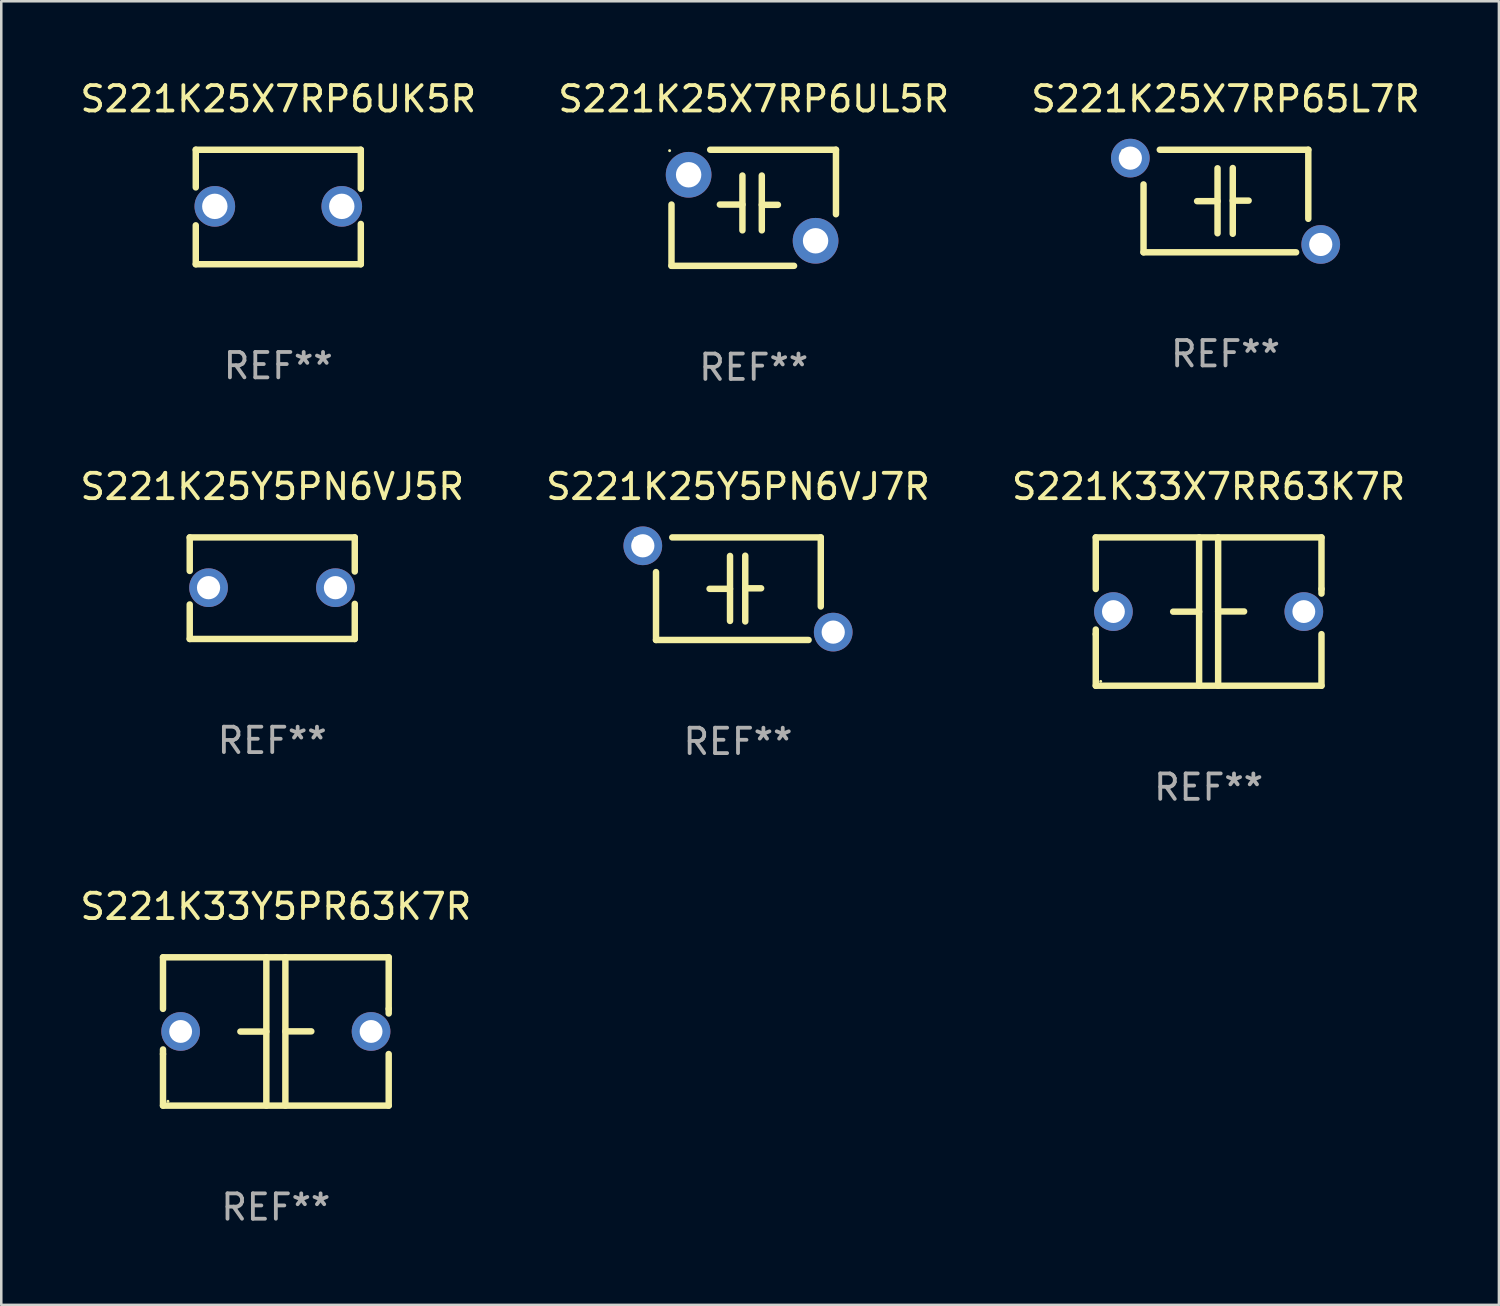
<source format=kicad_pcb>
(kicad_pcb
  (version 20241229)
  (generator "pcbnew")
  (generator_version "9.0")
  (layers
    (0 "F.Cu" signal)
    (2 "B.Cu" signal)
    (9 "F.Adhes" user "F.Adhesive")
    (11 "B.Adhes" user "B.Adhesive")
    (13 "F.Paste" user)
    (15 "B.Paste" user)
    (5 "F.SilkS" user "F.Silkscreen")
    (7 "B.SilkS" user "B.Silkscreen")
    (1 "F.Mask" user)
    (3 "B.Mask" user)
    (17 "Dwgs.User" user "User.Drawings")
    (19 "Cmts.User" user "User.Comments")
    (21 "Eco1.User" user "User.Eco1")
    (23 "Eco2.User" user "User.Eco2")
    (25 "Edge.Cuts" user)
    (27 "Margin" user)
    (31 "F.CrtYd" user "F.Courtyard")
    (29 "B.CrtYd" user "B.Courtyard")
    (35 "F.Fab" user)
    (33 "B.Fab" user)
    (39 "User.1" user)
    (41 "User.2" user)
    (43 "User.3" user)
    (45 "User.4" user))
  (footprint "S221K25Y5PN6VJ7R"
    (layer "F.Cu")
    (at 26.018 20.137)
    (property "Reference" "S221K25Y5PN6VJ7R" (at 0 -4.02 0) (layer "F.SilkS") (effects (font (size 1 1) (thickness 0.15))))
    (attr through_hole)
    (fp_line (start -3.23 2.02) (end -3.23 -0.655) (stroke (width 0.254) (type solid)) (layer "F.SilkS"))
    (fp_line (start -3.23 2.02) (end 2.78 2.02) (stroke (width 0.254) (type solid)) (layer "F.SilkS"))
    (fp_line (start -1.12 0.005) (end -0.315 0.005) (stroke (width 0.254) (type solid)) (layer "F.SilkS"))
    (fp_line (start -0.315 1.27) (end -0.315 -1.29) (stroke (width 0.254) (type solid)) (layer "F.SilkS"))
    (fp_line (start 0.285 -0.016) (end 0.91 -0.016) (stroke (width 0.254) (type solid)) (layer "F.SilkS"))
    (fp_line (start 0.285 1.29) (end 0.285 -1.3) (stroke (width 0.254) (type solid)) (layer "F.SilkS"))
    (fp_line (start 3.26 -2.02) (end -2.59 -2.02) (stroke (width 0.254) (type solid)) (layer "F.SilkS"))
    (fp_line (start 3.26 0.7) (end 3.26 -2.02) (stroke (width 0.254) (type solid)) (layer "F.SilkS"))
    (fp_circle (center -4.05 -1.99) (end -4.02 -1.99) (stroke (width 0.06) (type solid)) (fill no) (layer "F.SilkS"))
    (fp_text user "REF**" (at 0 6.02 0) (layer "F.Fab") (effects (font (size 1 1) (thickness 0.15))))
    (pad "1" thru_hole circle (at -3.75 -1.69) (size 1.524 1.524) (drill 0.914) (layers "*.Cu" "*.Mask"))
    (pad "2" thru_hole circle (at 3.75 1.71) (size 1.524 1.524) (drill 0.914) (layers "*.Cu" "*.Mask")))
  (footprint "S221K33Y5PR63K7R"
    (layer "F.Cu")
    (at 7.815 37.576)
    (property "Reference" "S221K33Y5PR63K7R" (at 0 -4.921 0) (layer "F.SilkS") (effects (font (size 1 1) (thickness 0.15))))
    (attr through_hole)
    (fp_line (start -4.445 -2.921) (end 4.445 -2.921) (stroke (width 0.254) (type solid)) (layer "F.SilkS"))
    (fp_line (start -4.445 -0.889) (end -4.445 -2.921) (stroke (width 0.254) (type solid)) (layer "F.SilkS"))
    (fp_line (start -4.445 0.889) (end -4.445 0.708) (stroke (width 0.254) (type solid)) (layer "F.SilkS"))
    (fp_line (start -4.445 2.921) (end -4.445 0.889) (stroke (width 0.254) (type solid)) (layer "F.SilkS"))
    (fp_line (start -0.375 0.004) (end -1.397 0.004) (stroke (width 0.254) (type solid)) (layer "F.SilkS"))
    (fp_line (start -0.375 2.921) (end -0.375 -2.921) (stroke (width 0.254) (type solid)) (layer "F.SilkS"))
    (fp_line (start 0.375 -2.921) (end 0.375 2.921) (stroke (width 0.254) (type solid)) (layer "F.SilkS"))
    (fp_line (start 0.375 -0.004) (end 1.397 -0.004) (stroke (width 0.254) (type solid)) (layer "F.SilkS"))
    (fp_line (start 4.445 -2.921) (end 4.445 -0.889) (stroke (width 0.254) (type solid)) (layer "F.SilkS"))
    (fp_line (start 4.445 -0.889) (end 4.445 -0.708) (stroke (width 0.254) (type solid)) (layer "F.SilkS"))
    (fp_line (start 4.445 0.889) (end 4.445 2.921) (stroke (width 0.254) (type solid)) (layer "F.SilkS"))
    (fp_line (start 4.445 2.921) (end -4.445 2.921) (stroke (width 0.254) (type solid)) (layer "F.SilkS"))
    (fp_circle (center -4.25 2.75) (end -4.22 2.75) (stroke (width 0.06) (type solid)) (fill no) (layer "F.SilkS"))
    (fp_text user "REF**" (at 0 6.921 0) (layer "F.Fab") (effects (font (size 1 1) (thickness 0.15))))
    (pad "1" thru_hole circle (at -3.75 0) (size 1.524 1.524) (drill 0.9) (layers "*.Cu" "*.Mask"))
    (pad "2" thru_hole circle (at 3.75 0) (size 1.524 1.524) (drill 0.9) (layers "*.Cu" "*.Mask")))
  (footprint "S221K25X7RP6UL5R"
    (layer "F.Cu")
    (at 26.637 5.134)
    (property "Reference" "S221K25X7RP6UL5R" (at 0 -4.286 0) (layer "F.SilkS") (effects (font (size 1 1) (thickness 0.15))))
    (attr through_hole)
    (fp_line (start -3.239 2.286) (end -3.239 -0.127) (stroke (width 0.254) (type solid)) (layer "F.SilkS"))
    (fp_line (start -3.239 2.286) (end 1.588 2.286) (stroke (width 0.254) (type solid)) (layer "F.SilkS"))
    (fp_line (start -1.715 -2.286) (end 3.239 -2.286) (stroke (width 0.254) (type solid)) (layer "F.SilkS"))
    (fp_line (start -1.334 -0.127) (end -0.445 -0.127) (stroke (width 0.254) (type solid)) (layer "F.SilkS"))
    (fp_line (start -0.445 0.889) (end -0.445 -1.27) (stroke (width 0.254) (type solid)) (layer "F.SilkS"))
    (fp_line (start 0.318 -0.117) (end 0.953 -0.117) (stroke (width 0.254) (type solid)) (layer "F.SilkS"))
    (fp_line (start 0.318 0.889) (end 0.318 -1.27) (stroke (width 0.254) (type solid)) (layer "F.SilkS"))
    (fp_line (start 3.239 -2.286) (end 3.239 0.254) (stroke (width 0.254) (type solid)) (layer "F.SilkS"))
    (fp_circle (center -3.313 -2.25) (end -3.283 -2.25) (stroke (width 0.06) (type solid)) (fill no) (layer "F.SilkS"))
    (fp_text user "REF**" (at 0 6.286 0) (layer "F.Fab") (effects (font (size 1 1) (thickness 0.15))))
    (pad "1" thru_hole circle (at -2.564 -1.3) (size 1.8 1.8) (drill 1) (layers "*.Cu" "*.Mask"))
    (pad "2" thru_hole circle (at 2.436 1.3) (size 1.8 1.8) (drill 1) (layers "*.Cu" "*.Mask")))
  (footprint "S221K25X7RP65L7R"
    (layer "F.Cu")
    (at 45.22 4.868)
    (property "Reference" "S221K25X7RP65L7R" (at 0 -4.02 0) (layer "F.SilkS") (effects (font (size 1 1) (thickness 0.15))))
    (attr through_hole)
    (fp_line (start -3.23 2.02) (end -3.23 -0.655) (stroke (width 0.254) (type solid)) (layer "F.SilkS"))
    (fp_line (start -3.23 2.02) (end 2.78 2.02) (stroke (width 0.254) (type solid)) (layer "F.SilkS"))
    (fp_line (start -1.12 0.005) (end -0.315 0.005) (stroke (width 0.254) (type solid)) (layer "F.SilkS"))
    (fp_line (start -0.315 1.27) (end -0.315 -1.29) (stroke (width 0.254) (type solid)) (layer "F.SilkS"))
    (fp_line (start 0.285 -0.016) (end 0.91 -0.016) (stroke (width 0.254) (type solid)) (layer "F.SilkS"))
    (fp_line (start 0.285 1.29) (end 0.285 -1.3) (stroke (width 0.254) (type solid)) (layer "F.SilkS"))
    (fp_line (start 3.26 -2.02) (end -2.59 -2.02) (stroke (width 0.254) (type solid)) (layer "F.SilkS"))
    (fp_line (start 3.26 0.7) (end 3.26 -2.02) (stroke (width 0.254) (type solid)) (layer "F.SilkS"))
    (fp_circle (center -4.05 -1.99) (end -4.02 -1.99) (stroke (width 0.06) (type solid)) (fill no) (layer "F.SilkS"))
    (fp_text user "REF**" (at 0 6.02 0) (layer "F.Fab") (effects (font (size 1 1) (thickness 0.15))))
    (pad "1" thru_hole circle (at -3.75 -1.69) (size 1.524 1.524) (drill 0.914) (layers "*.Cu" "*.Mask"))
    (pad "2" thru_hole circle (at 3.75 1.71) (size 1.524 1.524) (drill 0.914) (layers "*.Cu" "*.Mask")))
  (footprint "S221K25X7RP6UK5R"
    (layer "F.Cu")
    (at 7.911 5.103)
    (property "Reference" "S221K25X7RP6UK5R" (at 0 -4.255 0) (layer "F.SilkS") (effects (font (size 1 1) (thickness 0.15))))
    (attr through_hole)
    (fp_line (start -3.25 -2.255) (end -3.25 -0.772) (stroke (width 0.254) (type solid)) (layer "F.SilkS"))
    (fp_line (start -3.25 -2.255) (end 3.25 -2.255) (stroke (width 0.254) (type solid)) (layer "F.SilkS"))
    (fp_line (start -3.25 0.722) (end -3.25 2.255) (stroke (width 0.254) (type solid)) (layer "F.SilkS"))
    (fp_line (start 3.25 -2.255) (end 3.25 -0.718) (stroke (width 0.254) (type solid)) (layer "F.SilkS"))
    (fp_line (start 3.25 0.668) (end 3.25 2.255) (stroke (width 0.254) (type solid)) (layer "F.SilkS"))
    (fp_line (start 3.25 2.255) (end -3.25 2.255) (stroke (width 0.254) (type solid)) (layer "F.SilkS"))
    (fp_circle (center -3.25 2.225) (end -3.22 2.225) (stroke (width 0.06) (type solid)) (fill no) (layer "F.SilkS"))
    (fp_text user "REF**" (at 0 6.255 0) (layer "F.Fab") (effects (font (size 1 1) (thickness 0.15))))
    (pad "1" thru_hole circle (at -2.5 -0.025) (size 1.6 1.6) (drill 1) (layers "*.Cu" "*.Mask"))
    (pad "2" thru_hole circle (at 2.5 -0.025) (size 1.6 1.6) (drill 1) (layers "*.Cu" "*.Mask")))
  (footprint "S221K25Y5PN6VJ5R"
    (layer "F.Cu")
    (at 7.673 20.117)
    (property "Reference" "S221K25Y5PN6VJ5R" (at 0 -4 0) (layer "F.SilkS") (effects (font (size 1 1) (thickness 0.15))))
    (attr through_hole)
    (fp_line (start -3.25 -2) (end -3.25 -0.68) (stroke (width 0.254) (type solid)) (layer "F.SilkS"))
    (fp_line (start -3.25 -2) (end 3.25 -2) (stroke (width 0.254) (type solid)) (layer "F.SilkS"))
    (fp_line (start -3.25 0.64) (end -3.25 2) (stroke (width 0.254) (type solid)) (layer "F.SilkS"))
    (fp_line (start 3.25 -2) (end 3.25 -0.657) (stroke (width 0.254) (type solid)) (layer "F.SilkS"))
    (fp_line (start 3.25 0.617) (end 3.25 2) (stroke (width 0.254) (type solid)) (layer "F.SilkS"))
    (fp_line (start 3.25 2) (end -3.25 2) (stroke (width 0.254) (type solid)) (layer "F.SilkS"))
    (fp_circle (center -3.26 1.98) (end -3.23 1.98) (stroke (width 0.06) (type solid)) (fill no) (layer "F.SilkS"))
    (fp_text user "REF**" (at 0 6 0) (layer "F.Fab") (effects (font (size 1 1) (thickness 0.15))))
    (pad "1" thru_hole circle (at -2.509 -0.02) (size 1.524 1.524) (drill 0.914) (layers "*.Cu" "*.Mask"))
    (pad "2" thru_hole circle (at 2.489 -0.02) (size 1.524 1.524) (drill 0.914) (layers "*.Cu" "*.Mask")))
  (footprint "S221K33X7RR63K7R"
    (layer "F.Cu")
    (at 44.554 21.038)
    (property "Reference" "S221K33X7RR63K7R" (at 0 -4.921 0) (layer "F.SilkS") (effects (font (size 1 1) (thickness 0.15))))
    (attr through_hole)
    (fp_line (start -4.445 -2.921) (end 4.445 -2.921) (stroke (width 0.254) (type solid)) (layer "F.SilkS"))
    (fp_line (start -4.445 -0.889) (end -4.445 -2.921) (stroke (width 0.254) (type solid)) (layer "F.SilkS"))
    (fp_line (start -4.445 0.889) (end -4.445 0.708) (stroke (width 0.254) (type solid)) (layer "F.SilkS"))
    (fp_line (start -4.445 2.921) (end -4.445 0.889) (stroke (width 0.254) (type solid)) (layer "F.SilkS"))
    (fp_line (start -0.375 0.004) (end -1.397 0.004) (stroke (width 0.254) (type solid)) (layer "F.SilkS"))
    (fp_line (start -0.375 2.921) (end -0.375 -2.921) (stroke (width 0.254) (type solid)) (layer "F.SilkS"))
    (fp_line (start 0.375 -2.921) (end 0.375 2.921) (stroke (width 0.254) (type solid)) (layer "F.SilkS"))
    (fp_line (start 0.375 -0.004) (end 1.397 -0.004) (stroke (width 0.254) (type solid)) (layer "F.SilkS"))
    (fp_line (start 4.445 -2.921) (end 4.445 -0.889) (stroke (width 0.254) (type solid)) (layer "F.SilkS"))
    (fp_line (start 4.445 -0.889) (end 4.445 -0.708) (stroke (width 0.254) (type solid)) (layer "F.SilkS"))
    (fp_line (start 4.445 0.889) (end 4.445 2.921) (stroke (width 0.254) (type solid)) (layer "F.SilkS"))
    (fp_line (start 4.445 2.921) (end -4.445 2.921) (stroke (width 0.254) (type solid)) (layer "F.SilkS"))
    (fp_circle (center -4.25 2.75) (end -4.22 2.75) (stroke (width 0.06) (type solid)) (fill no) (layer "F.SilkS"))
    (fp_text user "REF**" (at 0 6.921 0) (layer "F.Fab") (effects (font (size 1 1) (thickness 0.15))))
    (pad "1" thru_hole circle (at -3.75 0) (size 1.524 1.524) (drill 0.9) (layers "*.Cu" "*.Mask"))
    (pad "2" thru_hole circle (at 3.75 0) (size 1.524 1.524) (drill 0.9) (layers "*.Cu" "*.Mask")))
  (gr_rect
    (start -3 -3)
    (end 55.988 48.346)
    (stroke (width 0.1) (type default))
    (fill no)
    (layer "Edge.Cuts")))
</source>
